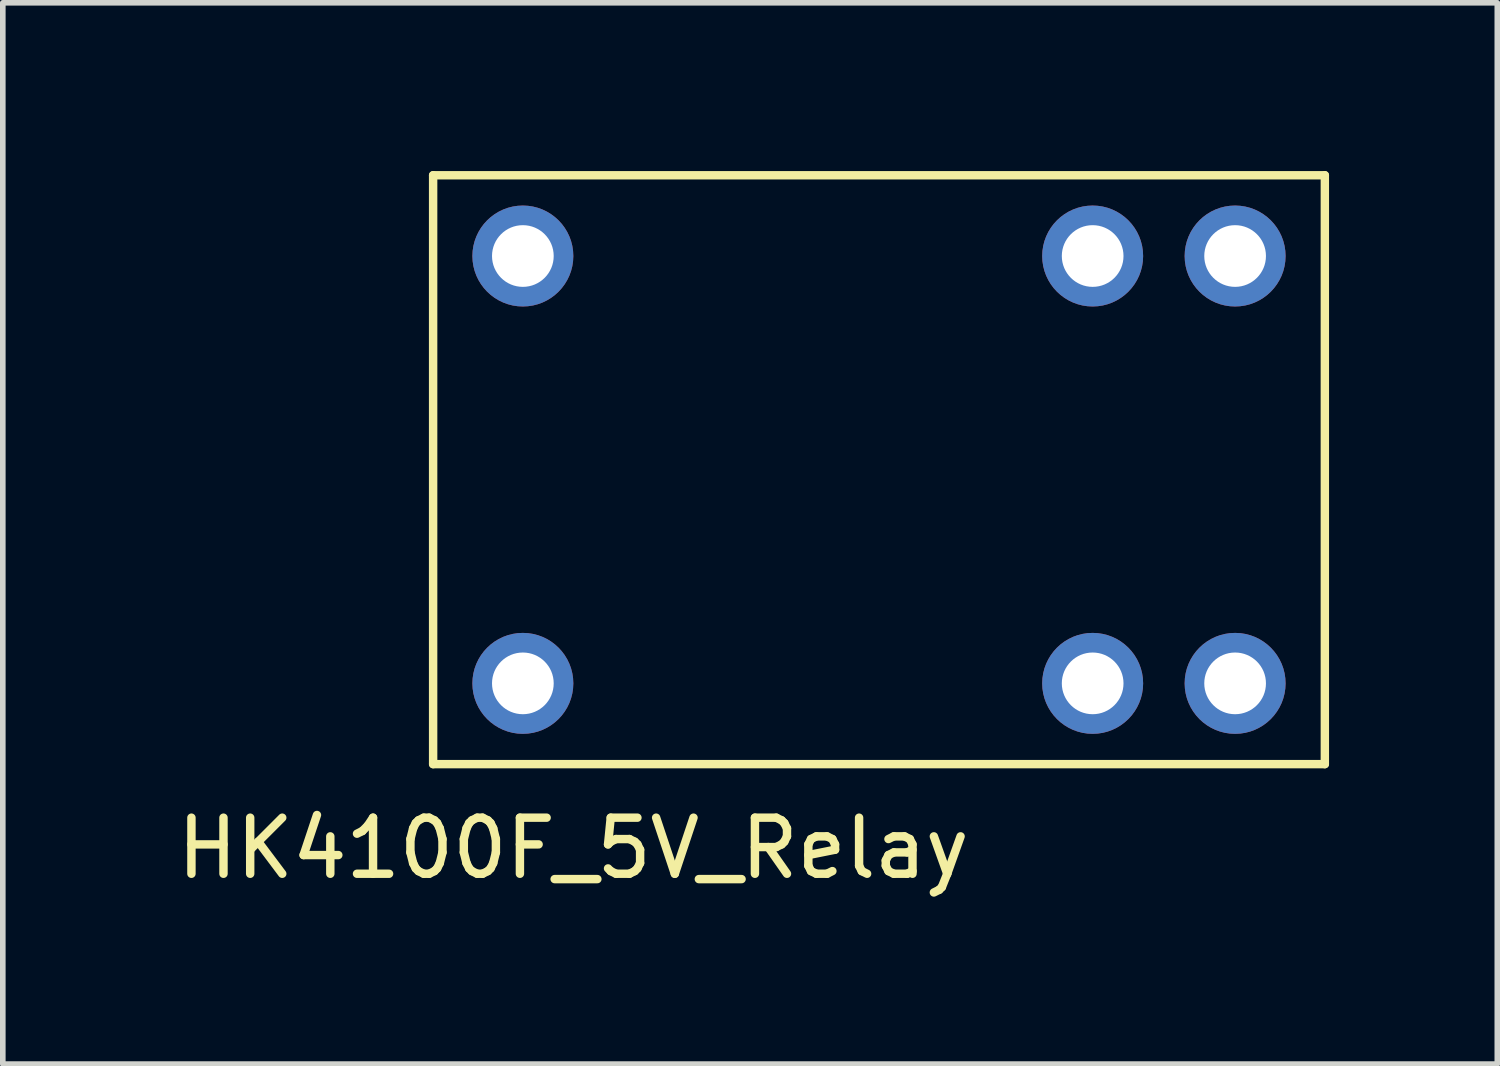
<source format=kicad_pcb>
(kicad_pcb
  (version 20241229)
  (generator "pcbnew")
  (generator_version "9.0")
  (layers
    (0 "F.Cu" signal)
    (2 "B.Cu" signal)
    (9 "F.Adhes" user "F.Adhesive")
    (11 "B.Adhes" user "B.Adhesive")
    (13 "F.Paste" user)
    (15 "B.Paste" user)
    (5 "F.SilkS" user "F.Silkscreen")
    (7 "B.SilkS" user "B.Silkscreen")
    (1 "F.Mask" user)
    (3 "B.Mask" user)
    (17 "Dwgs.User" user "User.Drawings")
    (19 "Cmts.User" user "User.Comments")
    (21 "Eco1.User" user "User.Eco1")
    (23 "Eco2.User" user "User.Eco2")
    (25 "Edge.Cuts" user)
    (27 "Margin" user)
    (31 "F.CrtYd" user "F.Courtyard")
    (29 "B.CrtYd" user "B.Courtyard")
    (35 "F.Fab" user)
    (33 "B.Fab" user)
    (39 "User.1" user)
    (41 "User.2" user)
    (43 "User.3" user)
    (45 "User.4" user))
  (footprint "HK4100F_5V_Relay"
    (layer "F.Cu")
    (at 4.673 10.575)
    (property "Reference" "HK4100F_5V_Relay" (at 2.5 1.5 0) (layer "F.SilkS") (effects (font (size 1 1) (thickness 0.15))))
    (attr through_hole)
    (fp_line (start 0 -10.5) (end 15.9 -10.5) (stroke (width 0.15) (type solid)) (layer "F.SilkS"))
    (fp_line (start 0 0) (end 0 -10.5) (stroke (width 0.15) (type solid)) (layer "F.SilkS"))
    (fp_line (start 0 0) (end 15.9 0) (stroke (width 0.15) (type solid)) (layer "F.SilkS"))
    (fp_line (start 15.9 0) (end 15.9 -10.5) (stroke (width 0.15) (type solid)) (layer "F.SilkS"))
    (pad "1" thru_hole circle (at 1.6 -9.06) (size 1.8 1.8) (drill 1.1) (layers "*.Cu" "*.Mask"))
    (pad "2" thru_hole circle (at 1.6 -1.44) (size 1.8 1.8) (drill 1.1) (layers "*.Cu" "*.Mask"))
    (pad "3" thru_hole circle (at 14.3 -9.06) (size 1.8 1.8) (drill 1.1) (layers "*.Cu" "*.Mask"))
    (pad "4" thru_hole circle (at 14.3 -1.44) (size 1.8 1.8) (drill 1.1) (layers "*.Cu" "*.Mask"))
    (pad "C1" thru_hole circle (at 11.76 -9.06) (size 1.8 1.8) (drill 1.1) (layers "*.Cu" "*.Mask"))
    (pad "C2" thru_hole circle (at 11.76 -1.44) (size 1.8 1.8) (drill 1.1) (layers "*.Cu" "*.Mask")))
  (gr_rect
    (start -3 -3)
    (end 23.648 15.923)
    (stroke (width 0.1) (type default))
    (fill no)
    (layer "Edge.Cuts")))
</source>
